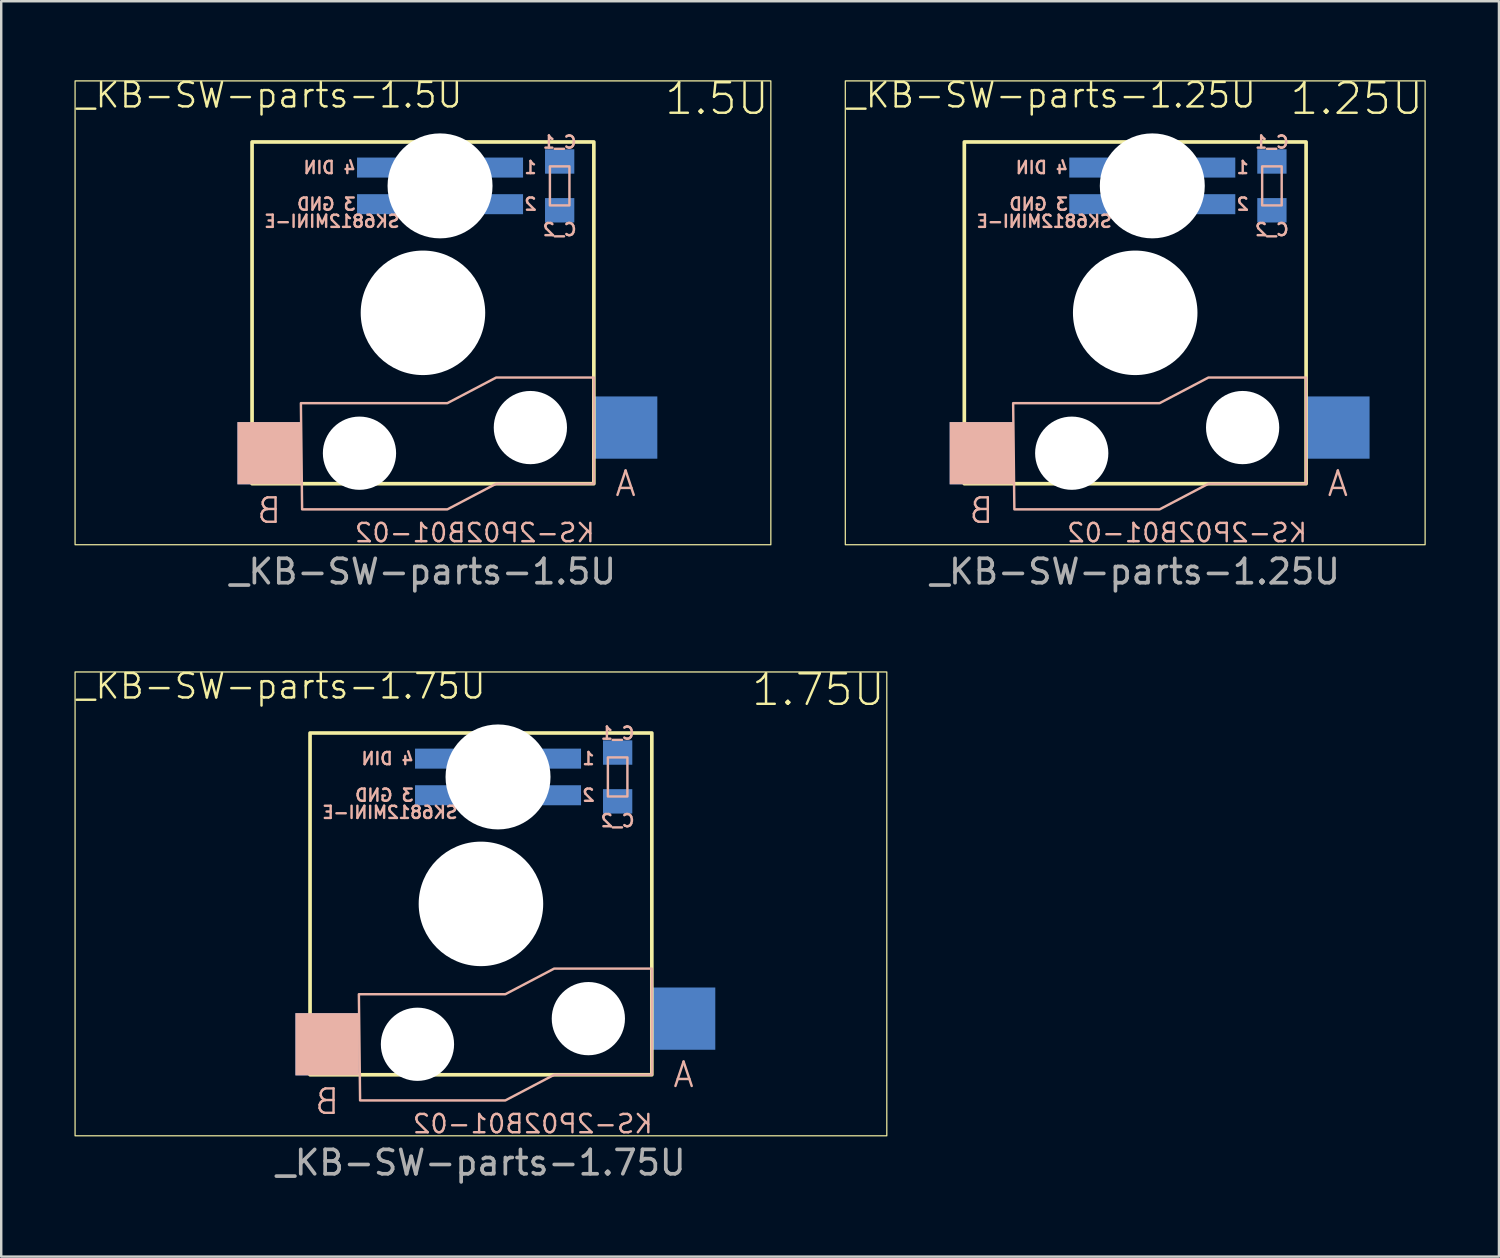
<source format=kicad_pcb>
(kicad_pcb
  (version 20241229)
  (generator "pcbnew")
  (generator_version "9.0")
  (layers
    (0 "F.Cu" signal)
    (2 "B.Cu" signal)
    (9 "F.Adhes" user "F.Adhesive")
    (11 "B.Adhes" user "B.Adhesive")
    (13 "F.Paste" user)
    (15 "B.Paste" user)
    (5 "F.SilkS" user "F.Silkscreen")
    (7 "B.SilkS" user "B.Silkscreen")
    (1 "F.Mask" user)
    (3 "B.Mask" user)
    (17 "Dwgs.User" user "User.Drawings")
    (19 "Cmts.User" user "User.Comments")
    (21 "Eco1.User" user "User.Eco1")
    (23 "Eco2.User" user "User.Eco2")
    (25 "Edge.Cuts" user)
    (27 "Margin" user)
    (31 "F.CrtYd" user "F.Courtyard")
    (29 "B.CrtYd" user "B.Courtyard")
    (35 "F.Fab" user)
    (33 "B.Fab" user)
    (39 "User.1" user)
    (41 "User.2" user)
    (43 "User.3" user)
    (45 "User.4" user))
  (footprint "_KB-SW-parts-1.25U"
    (layer "F.Cu")
    (at 43.45 9.764)
    (property "Reference" "_KB-SW-parts-1.25U" (at -11.875 -9.5 0) (unlocked yes) (layer "F.SilkS") (effects (font (size 1 1) (thickness 0.1)) (justify left top)))
    (attr smd)
    (fp_rect (start -11.875 -9.5) (end 11.875 9.5) (stroke (width 0.05) (type solid)) (fill no) (layer "F.SilkS"))
    (fp_rect (start -7 -7) (end 7 7) (stroke (width 0.15) (type solid)) (fill no) (layer "F.SilkS"))
    (fp_rect (start 6 -6) (end 5.2 -4.4) (stroke (width 0.1) (type solid)) (fill no) (layer "B.SilkS"))
    (fp_poly (pts (xy -5 3.7) (xy -4.95 8.05) (xy 1 8.05) (xy 3 7) (xy 7 7) (xy 7 2.65) (xy 3 2.65) (xy 1 3.7)) (stroke (width 0.1) (type solid)) (fill no) (layer "B.SilkS"))
    (fp_text user "1.25U" (at 11.875 -9.5 0) (unlocked yes) (layer "F.SilkS") (effects (font (size 1.25 1.25) (thickness 0.1)) (justify right top)))
    (fp_text user "A" (at 8.3 7 0) (unlocked yes) (layer "B.SilkS") (effects (font (size 1 1) (thickness 0.1)) (justify mirror)))
    (fp_text user "4 DIN" (at -2.7 -5.95 0) (unlocked yes) (layer "B.SilkS") (effects (font (size 0.5 0.5) (thickness 0.1)) (justify left mirror)))
    (fp_text user "C_1" (at 5.6 -6.7 0) (unlocked yes) (layer "B.SilkS") (effects (font (size 0.5 0.5) (thickness 0.1)) (justify bottom mirror)))
    (fp_text user "B" (at -6.3 8.1 0) (unlocked yes) (layer "B.SilkS") (effects (font (size 1 1) (thickness 0.1)) (justify mirror)))
    (fp_text user "1" (at 4.1 -5.95 0) (unlocked yes) (layer "B.SilkS") (effects (font (size 0.5 0.5) (thickness 0.1)) (justify right mirror)))
    (fp_text user "KS-2P02B01-02" (at 7.1 9.45 0) (unlocked yes) (layer "B.SilkS") (effects (font (size 0.75 0.75) (thickness 0.1)) (justify left bottom mirror)))
    (fp_text user "SK6812MINI-E" (at -0.9 -4.04 0) (unlocked yes) (layer "B.SilkS") (effects (font (size 0.5 0.5) (thickness 0.1)) (justify left top mirror)))
    (fp_text user "2" (at 4.1 -4.45 0) (unlocked yes) (layer "B.SilkS") (effects (font (size 0.5 0.5) (thickness 0.1)) (justify right mirror)))
    (fp_text user "3 GND" (at -2.7 -4.45 0) (unlocked yes) (layer "B.SilkS") (effects (font (size 0.5 0.5) (thickness 0.1)) (justify left mirror)))
    (fp_text user "C_2" (at 5.6 -3.7 0) (unlocked yes) (layer "B.SilkS") (effects (font (size 0.5 0.5) (thickness 0.1)) (justify top mirror)))
    (fp_text user "${REFERENCE}" (at 0 10.6 0) (unlocked yes) (layer "F.Fab") (effects (font (size 1 1) (thickness 0.15))))
    (pad "" np_thru_hole circle (at -2.6 5.75) (size 3 3) (drill 3) (layers "*.Cu" "*.Mask"))
    (pad "" np_thru_hole circle (at 0 0) (size 5.1 5.1) (drill 5.25) (layers "*.Cu" "*.Mask"))
    (pad "" np_thru_hole circle (at 0.7 -5.2) (size 4.3 4.3) (drill 4.3) (layers "*.Cu" "*.Mask"))
    (pad "" np_thru_hole circle (at 4.4 4.7) (size 3 3) (drill 3) (layers "*.Cu" "*.Mask"))
    (pad "1" smd rect (at 3.2 -5.95) (size 1.8 0.82) (layers "B.Cu" "B.Mask" "B.Paste"))
    (pad "2" smd rect (at 3.2 -4.45) (size 1.8 0.82) (layers "B.Cu" "B.Mask" "B.Paste"))
    (pad "3" smd rect (at -1.8 -4.45) (size 1.8 0.82) (layers "B.Cu" "B.Mask" "B.Paste"))
    (pad "4" smd rect (at -1.8 -5.95) (size 1.8 0.82) (layers "B.Cu" "B.Mask" "B.Paste"))
    (pad "A" smd rect (at 8.3 4.7) (size 2.6 2.55) (layers "B.Cu" "B.Mask" "B.Paste"))
    (pad "B" smd rect (at -6.3 5.75) (size 2.6 2.55) (layers "B.Cu" "B.Mask" "B.SilkS" "B.Paste"))
    (pad "C_1" smd rect (at 5.6 -6.2) (size 1.2 1) (layers "B.Cu" "B.Mask" "B.Paste"))
    (pad "C_2" smd rect (at 5.6 -4.2) (size 1.2 1) (layers "B.Cu" "B.Mask" "B.Paste")))
  (footprint "_KB-SW-parts-1.75U"
    (layer "F.Cu")
    (at 16.65 33.975)
    (property "Reference" "_KB-SW-parts-1.75U" (at -16.625 -9.5 0) (unlocked yes) (layer "F.SilkS") (effects (font (size 1 1) (thickness 0.1)) (justify left top)))
    (attr smd)
    (fp_rect (start -16.625 -9.5) (end 16.625 9.5) (stroke (width 0.05) (type solid)) (fill no) (layer "F.SilkS"))
    (fp_rect (start -7 -7) (end 7 7) (stroke (width 0.15) (type solid)) (fill no) (layer "F.SilkS"))
    (fp_rect (start 6 -6) (end 5.2 -4.4) (stroke (width 0.1) (type solid)) (fill no) (layer "B.SilkS"))
    (fp_poly (pts (xy -5 3.7) (xy -4.95 8.05) (xy 1 8.05) (xy 3 7) (xy 7 7) (xy 7 2.65) (xy 3 2.65) (xy 1 3.7)) (stroke (width 0.1) (type solid)) (fill no) (layer "B.SilkS"))
    (fp_text user "1.75U" (at 16.625 -9.5 0) (unlocked yes) (layer "F.SilkS") (effects (font (size 1.25 1.25) (thickness 0.1)) (justify right top)))
    (fp_text user "2" (at 4.1 -4.45 0) (unlocked yes) (layer "B.SilkS") (effects (font (size 0.5 0.5) (thickness 0.1)) (justify right mirror)))
    (fp_text user "C_2" (at 5.6 -3.7 0) (unlocked yes) (layer "B.SilkS") (effects (font (size 0.5 0.5) (thickness 0.1)) (justify top mirror)))
    (fp_text user "4 DIN" (at -2.7 -5.95 0) (unlocked yes) (layer "B.SilkS") (effects (font (size 0.5 0.5) (thickness 0.1)) (justify left mirror)))
    (fp_text user "KS-2P02B01-02" (at 7.1 9.45 0) (unlocked yes) (layer "B.SilkS") (effects (font (size 0.75 0.75) (thickness 0.1)) (justify left bottom mirror)))
    (fp_text user "3 GND" (at -2.7 -4.45 0) (unlocked yes) (layer "B.SilkS") (effects (font (size 0.5 0.5) (thickness 0.1)) (justify left mirror)))
    (fp_text user "B" (at -6.3 8.1 0) (unlocked yes) (layer "B.SilkS") (effects (font (size 1 1) (thickness 0.1)) (justify mirror)))
    (fp_text user "A" (at 8.3 7 0) (unlocked yes) (layer "B.SilkS") (effects (font (size 1 1) (thickness 0.1)) (justify mirror)))
    (fp_text user "SK6812MINI-E" (at -0.9 -4.04 0) (unlocked yes) (layer "B.SilkS") (effects (font (size 0.5 0.5) (thickness 0.1)) (justify left top mirror)))
    (fp_text user "1" (at 4.1 -5.95 0) (unlocked yes) (layer "B.SilkS") (effects (font (size 0.5 0.5) (thickness 0.1)) (justify right mirror)))
    (fp_text user "C_1" (at 5.6 -6.7 0) (unlocked yes) (layer "B.SilkS") (effects (font (size 0.5 0.5) (thickness 0.1)) (justify bottom mirror)))
    (fp_text user "${REFERENCE}" (at 0 10.6 0) (unlocked yes) (layer "F.Fab") (effects (font (size 1 1) (thickness 0.15))))
    (pad "" np_thru_hole circle (at -2.6 5.75) (size 3 3) (drill 3) (layers "*.Cu" "*.Mask"))
    (pad "" np_thru_hole circle (at 0 0) (size 5.1 5.1) (drill 5.25) (layers "*.Cu" "*.Mask"))
    (pad "" np_thru_hole circle (at 0.7 -5.2) (size 4.3 4.3) (drill 4.3) (layers "*.Cu" "*.Mask"))
    (pad "" np_thru_hole circle (at 4.4 4.7) (size 3 3) (drill 3) (layers "*.Cu" "*.Mask"))
    (pad "1" smd rect (at 3.2 -5.95) (size 1.8 0.82) (layers "B.Cu" "B.Mask" "B.Paste"))
    (pad "2" smd rect (at 3.2 -4.45) (size 1.8 0.82) (layers "B.Cu" "B.Mask" "B.Paste"))
    (pad "3" smd rect (at -1.8 -4.45) (size 1.8 0.82) (layers "B.Cu" "B.Mask" "B.Paste"))
    (pad "4" smd rect (at -1.8 -5.95) (size 1.8 0.82) (layers "B.Cu" "B.Mask" "B.Paste"))
    (pad "A" smd rect (at 8.3 4.7) (size 2.6 2.55) (layers "B.Cu" "B.Mask" "B.Paste"))
    (pad "B" smd rect (at -6.3 5.75) (size 2.6 2.55) (layers "B.Cu" "B.Mask" "B.SilkS" "B.Paste"))
    (pad "C_1" smd rect (at 5.6 -6.2) (size 1.2 1) (layers "B.Cu" "B.Mask" "B.Paste"))
    (pad "C_2" smd rect (at 5.6 -4.2) (size 1.2 1) (layers "B.Cu" "B.Mask" "B.Paste")))
  (footprint "_KB-SW-parts-1.5U"
    (layer "F.Cu")
    (at 14.275 9.764)
    (property "Reference" "_KB-SW-parts-1.5U" (at -14.25 -9.5 0) (unlocked yes) (layer "F.SilkS") (effects (font (size 1 1) (thickness 0.1)) (justify left top)))
    (attr smd)
    (fp_rect (start -14.25 -9.5) (end 14.25 9.5) (stroke (width 0.05) (type solid)) (fill no) (layer "F.SilkS"))
    (fp_rect (start -7 -7) (end 7 7) (stroke (width 0.15) (type solid)) (fill no) (layer "F.SilkS"))
    (fp_rect (start 6 -6) (end 5.2 -4.4) (stroke (width 0.1) (type solid)) (fill no) (layer "B.SilkS"))
    (fp_poly (pts (xy -5 3.7) (xy -4.95 8.05) (xy 1 8.05) (xy 3 7) (xy 7 7) (xy 7 2.65) (xy 3 2.65) (xy 1 3.7)) (stroke (width 0.1) (type solid)) (fill no) (layer "B.SilkS"))
    (fp_text user "1.5U" (at 14.25 -9.5 0) (unlocked yes) (layer "F.SilkS") (effects (font (size 1.25 1.25) (thickness 0.1)) (justify right top)))
    (fp_text user "4 DIN" (at -2.7 -5.95 0) (unlocked yes) (layer "B.SilkS") (effects (font (size 0.5 0.5) (thickness 0.1)) (justify left mirror)))
    (fp_text user "B" (at -6.3 8.1 0) (unlocked yes) (layer "B.SilkS") (effects (font (size 1 1) (thickness 0.1)) (justify mirror)))
    (fp_text user "SK6812MINI-E" (at -0.9 -4.04 0) (unlocked yes) (layer "B.SilkS") (effects (font (size 0.5 0.5) (thickness 0.1)) (justify left top mirror)))
    (fp_text user "3 GND" (at -2.7 -4.45 0) (unlocked yes) (layer "B.SilkS") (effects (font (size 0.5 0.5) (thickness 0.1)) (justify left mirror)))
    (fp_text user "C_2" (at 5.6 -3.7 0) (unlocked yes) (layer "B.SilkS") (effects (font (size 0.5 0.5) (thickness 0.1)) (justify top mirror)))
    (fp_text user "A" (at 8.3 7 0) (unlocked yes) (layer "B.SilkS") (effects (font (size 1 1) (thickness 0.1)) (justify mirror)))
    (fp_text user "KS-2P02B01-02" (at 7.1 9.45 0) (unlocked yes) (layer "B.SilkS") (effects (font (size 0.75 0.75) (thickness 0.1)) (justify left bottom mirror)))
    (fp_text user "1" (at 4.1 -5.95 0) (unlocked yes) (layer "B.SilkS") (effects (font (size 0.5 0.5) (thickness 0.1)) (justify right mirror)))
    (fp_text user "2" (at 4.1 -4.45 0) (unlocked yes) (layer "B.SilkS") (effects (font (size 0.5 0.5) (thickness 0.1)) (justify right mirror)))
    (fp_text user "C_1" (at 5.6 -6.7 0) (unlocked yes) (layer "B.SilkS") (effects (font (size 0.5 0.5) (thickness 0.1)) (justify bottom mirror)))
    (fp_text user "${REFERENCE}" (at 0 10.6 0) (unlocked yes) (layer "F.Fab") (effects (font (size 1 1) (thickness 0.15))))
    (pad "" np_thru_hole circle (at -2.6 5.75) (size 3 3) (drill 3) (layers "*.Cu" "*.Mask"))
    (pad "" np_thru_hole circle (at 0 0) (size 5.1 5.1) (drill 5.25) (layers "*.Cu" "*.Mask"))
    (pad "" np_thru_hole circle (at 0.7 -5.2) (size 4.3 4.3) (drill 4.3) (layers "*.Cu" "*.Mask"))
    (pad "" np_thru_hole circle (at 4.4 4.7) (size 3 3) (drill 3) (layers "*.Cu" "*.Mask"))
    (pad "1" smd rect (at 3.2 -5.95) (size 1.8 0.82) (layers "B.Cu" "B.Mask" "B.Paste"))
    (pad "2" smd rect (at 3.2 -4.45) (size 1.8 0.82) (layers "B.Cu" "B.Mask" "B.Paste"))
    (pad "3" smd rect (at -1.8 -4.45) (size 1.8 0.82) (layers "B.Cu" "B.Mask" "B.Paste"))
    (pad "4" smd rect (at -1.8 -5.95) (size 1.8 0.82) (layers "B.Cu" "B.Mask" "B.Paste"))
    (pad "A" smd rect (at 8.3 4.7) (size 2.6 2.55) (layers "B.Cu" "B.Mask" "B.Paste"))
    (pad "B" smd rect (at -6.3 5.75) (size 2.6 2.55) (layers "B.Cu" "B.Mask" "B.SilkS" "B.Paste"))
    (pad "C_1" smd rect (at 5.6 -6.2) (size 1.2 1) (layers "B.Cu" "B.Mask" "B.Paste"))
    (pad "C_2" smd rect (at 5.6 -4.2) (size 1.2 1) (layers "B.Cu" "B.Mask" "B.Paste")))
  (gr_rect
    (start -3 -3)
    (end 58.35 48.423)
    (stroke (width 0.1) (type default))
    (fill no)
    (layer "Edge.Cuts")))
</source>
